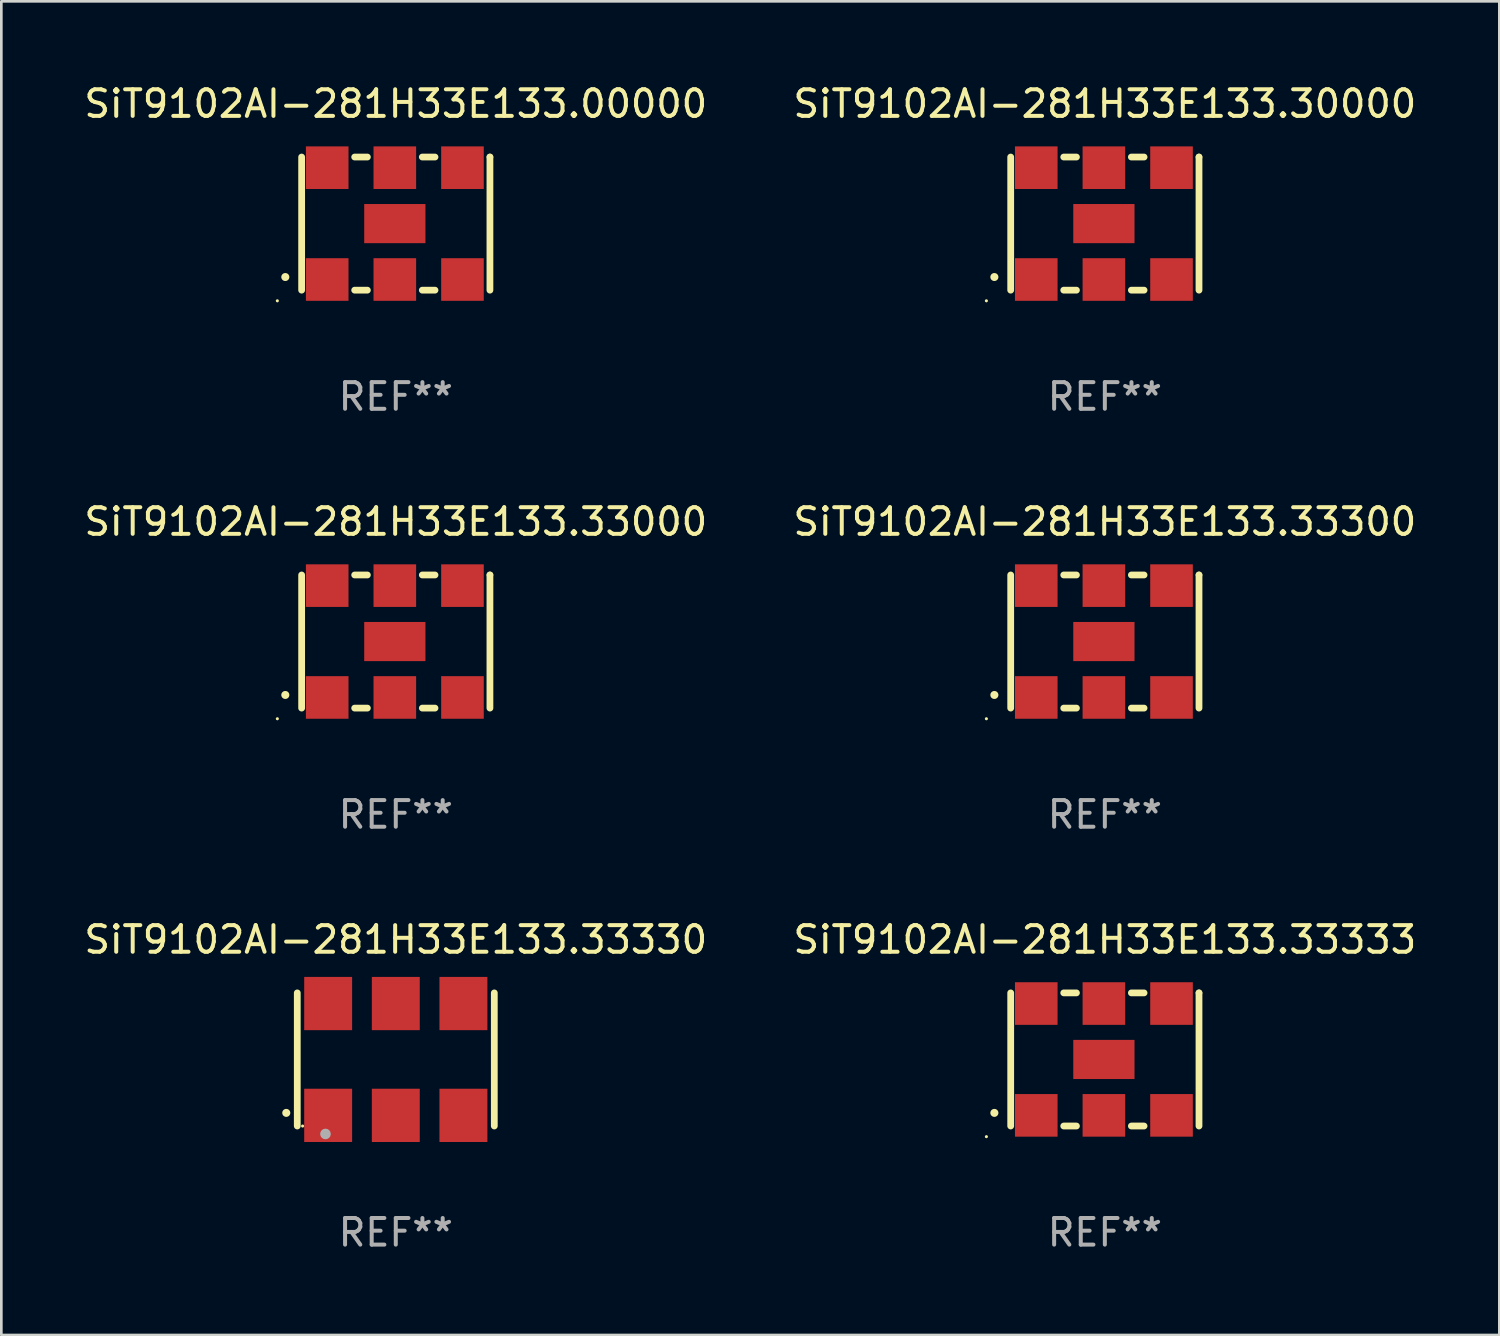
<source format=kicad_pcb>
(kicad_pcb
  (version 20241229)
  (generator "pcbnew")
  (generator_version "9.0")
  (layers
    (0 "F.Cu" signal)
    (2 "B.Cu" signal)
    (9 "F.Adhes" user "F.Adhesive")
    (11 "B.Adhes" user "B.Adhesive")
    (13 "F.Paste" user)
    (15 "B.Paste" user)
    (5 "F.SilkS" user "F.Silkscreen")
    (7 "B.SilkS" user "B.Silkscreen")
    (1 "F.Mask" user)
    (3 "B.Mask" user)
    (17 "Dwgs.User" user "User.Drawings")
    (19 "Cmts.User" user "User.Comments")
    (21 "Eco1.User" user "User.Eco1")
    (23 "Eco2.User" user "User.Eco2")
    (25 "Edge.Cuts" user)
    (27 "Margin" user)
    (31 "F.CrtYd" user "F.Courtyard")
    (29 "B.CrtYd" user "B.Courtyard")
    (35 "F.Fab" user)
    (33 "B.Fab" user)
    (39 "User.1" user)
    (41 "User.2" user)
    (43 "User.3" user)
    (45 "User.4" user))
  (footprint "SiT9102AI-281H33E133.00000"
    (layer "F.Cu")
    (at 11.815 5.348)
    (property "Reference" "SiT9102AI-281H33E133.00000" (at 0 -4.5 0) (layer "F.SilkS") (effects (font (size 1 1) (thickness 0.15))))
    (attr through_hole)
    (fp_line (start -3.536 -2.5) (end -3.536 2.5) (stroke (width 0.254) (type solid)) (layer "F.SilkS"))
    (fp_line (start -1.544 2.5) (end -1.067 2.5) (stroke (width 0.254) (type solid)) (layer "F.SilkS"))
    (fp_line (start -1.067 -2.5) (end -1.544 -2.5) (stroke (width 0.254) (type solid)) (layer "F.SilkS"))
    (fp_line (start 0.996 2.5) (end 1.473 2.5) (stroke (width 0.254) (type solid)) (layer "F.SilkS"))
    (fp_line (start 1.473 -2.5) (end 0.996 -2.5) (stroke (width 0.254) (type solid)) (layer "F.SilkS"))
    (fp_line (start 3.536 -2.5) (end 3.536 -2.5) (stroke (width 0.254) (type solid)) (layer "F.SilkS"))
    (fp_line (start 3.536 2.5) (end 3.536 -2.5) (stroke (width 0.254) (type solid)) (layer "F.SilkS"))
    (fp_arc (start -4.150432 2.006604) (mid -4.149162 2.006599) (end -4.147892 2.006604) (stroke (width 0.3) (type solid)) (layer "F.SilkS"))
    (fp_circle (center -4.449 2.9) (end -4.419 2.9) (stroke (width 0.06) (type solid)) (fill no) (layer "F.SilkS"))
    (fp_text user "REF**" (at 0 6.5 0) (layer "F.Fab") (effects (font (size 1 1) (thickness 0.15))))
    (pad "1" smd rect (at -2.576 2.1) (size 1.6 1.6) (layers "F.Cu" "F.Mask" "F.Paste"))
    (pad "2" smd rect (at -0.036 2.1) (size 1.6 1.6) (layers "F.Cu" "F.Mask" "F.Paste"))
    (pad "3" smd rect (at 2.504 2.1) (size 1.6 1.6) (layers "F.Cu" "F.Mask" "F.Paste"))
    (pad "4" smd rect (at 2.504 -2.1) (size 1.6 1.6) (layers "F.Cu" "F.Mask" "F.Paste"))
    (pad "5" smd rect (at -0.036 -2.1) (size 1.6 1.6) (layers "F.Cu" "F.Mask" "F.Paste"))
    (pad "6" smd rect (at -2.576 -2.1) (size 1.6 1.6) (layers "F.Cu" "F.Mask" "F.Paste"))
    (pad "7" smd rect (at -0.036 0) (size 2.3 1.47) (layers "F.Cu" "F.Mask" "F.Paste")))
  (footprint "SiT9102AI-281H33E133.33330"
    (layer "F.Cu")
    (at 11.815 36.741)
    (property "Reference" "SiT9102AI-281H33E133.33330" (at 0 -4.5 0) (layer "F.SilkS") (effects (font (size 1 1) (thickness 0.15))))
    (attr through_hole)
    (fp_line (start -3.7 -2.5) (end -3.7 2.5) (stroke (width 0.254) (type solid)) (layer "F.SilkS"))
    (fp_line (start 3.7 -2.5) (end 3.7 2.5) (stroke (width 0.254) (type solid)) (layer "F.SilkS"))
    (fp_arc (start -4.114415 2.006604) (mid -4.113145 2.006599) (end -4.111875 2.006604) (stroke (width 0.3) (type solid)) (layer "F.SilkS"))
    (fp_circle (center -3.5 2.501) (end -3.47 2.501) (stroke (width 0.06) (type solid)) (fill no) (layer "F.SilkS"))
    (fp_circle (center -2.641 2.799) (end -2.541 2.799) (stroke (width 0.2) (type solid)) (fill no) (layer "F.Fab"))
    (fp_text user "REF**" (at 0 6.5 0) (layer "F.Fab") (effects (font (size 1 1) (thickness 0.15))))
    (pad "1" smd rect (at -2.54 2.1) (size 1.8 2) (layers "F.Cu" "F.Mask" "F.Paste"))
    (pad "2" smd rect (at 0.000394 2.1) (size 1.8 2) (layers "F.Cu" "F.Mask" "F.Paste"))
    (pad "3" smd rect (at 2.54 2.1) (size 1.8 2) (layers "F.Cu" "F.Mask" "F.Paste"))
    (pad "4" smd rect (at 2.54 -2.1) (size 1.8 2) (layers "F.Cu" "F.Mask" "F.Paste"))
    (pad "5" smd rect (at 0.000394 -2.1) (size 1.8 2) (layers "F.Cu" "F.Mask" "F.Paste"))
    (pad "6" smd rect (at -2.54 -2.1) (size 1.8 2) (layers "F.Cu" "F.Mask" "F.Paste")))
  (footprint "SiT9102AI-281H33E133.33300"
    (layer "F.Cu")
    (at 38.446 21.045)
    (property "Reference" "SiT9102AI-281H33E133.33300" (at 0 -4.5 0) (layer "F.SilkS") (effects (font (size 1 1) (thickness 0.15))))
    (attr through_hole)
    (fp_line (start -3.536 -2.5) (end -3.536 2.5) (stroke (width 0.254) (type solid)) (layer "F.SilkS"))
    (fp_line (start -1.544 2.5) (end -1.067 2.5) (stroke (width 0.254) (type solid)) (layer "F.SilkS"))
    (fp_line (start -1.067 -2.5) (end -1.544 -2.5) (stroke (width 0.254) (type solid)) (layer "F.SilkS"))
    (fp_line (start 0.996 2.5) (end 1.473 2.5) (stroke (width 0.254) (type solid)) (layer "F.SilkS"))
    (fp_line (start 1.473 -2.5) (end 0.996 -2.5) (stroke (width 0.254) (type solid)) (layer "F.SilkS"))
    (fp_line (start 3.536 -2.5) (end 3.536 -2.5) (stroke (width 0.254) (type solid)) (layer "F.SilkS"))
    (fp_line (start 3.536 2.5) (end 3.536 -2.5) (stroke (width 0.254) (type solid)) (layer "F.SilkS"))
    (fp_arc (start -4.150432 2.006604) (mid -4.149162 2.006599) (end -4.147892 2.006604) (stroke (width 0.3) (type solid)) (layer "F.SilkS"))
    (fp_circle (center -4.449 2.9) (end -4.419 2.9) (stroke (width 0.06) (type solid)) (fill no) (layer "F.SilkS"))
    (fp_text user "REF**" (at 0 6.5 0) (layer "F.Fab") (effects (font (size 1 1) (thickness 0.15))))
    (pad "1" smd rect (at -2.576 2.1) (size 1.6 1.6) (layers "F.Cu" "F.Mask" "F.Paste"))
    (pad "2" smd rect (at -0.036 2.1) (size 1.6 1.6) (layers "F.Cu" "F.Mask" "F.Paste"))
    (pad "3" smd rect (at 2.504 2.1) (size 1.6 1.6) (layers "F.Cu" "F.Mask" "F.Paste"))
    (pad "4" smd rect (at 2.504 -2.1) (size 1.6 1.6) (layers "F.Cu" "F.Mask" "F.Paste"))
    (pad "5" smd rect (at -0.036 -2.1) (size 1.6 1.6) (layers "F.Cu" "F.Mask" "F.Paste"))
    (pad "6" smd rect (at -2.576 -2.1) (size 1.6 1.6) (layers "F.Cu" "F.Mask" "F.Paste"))
    (pad "7" smd rect (at -0.036 0) (size 2.3 1.47) (layers "F.Cu" "F.Mask" "F.Paste")))
  (footprint "SiT9102AI-281H33E133.33333"
    (layer "F.Cu")
    (at 38.446 36.741)
    (property "Reference" "SiT9102AI-281H33E133.33333" (at 0 -4.5 0) (layer "F.SilkS") (effects (font (size 1 1) (thickness 0.15))))
    (attr through_hole)
    (fp_line (start -3.536 -2.5) (end -3.536 2.5) (stroke (width 0.254) (type solid)) (layer "F.SilkS"))
    (fp_line (start -1.544 2.5) (end -1.067 2.5) (stroke (width 0.254) (type solid)) (layer "F.SilkS"))
    (fp_line (start -1.067 -2.5) (end -1.544 -2.5) (stroke (width 0.254) (type solid)) (layer "F.SilkS"))
    (fp_line (start 0.996 2.5) (end 1.473 2.5) (stroke (width 0.254) (type solid)) (layer "F.SilkS"))
    (fp_line (start 1.473 -2.5) (end 0.996 -2.5) (stroke (width 0.254) (type solid)) (layer "F.SilkS"))
    (fp_line (start 3.536 -2.5) (end 3.536 -2.5) (stroke (width 0.254) (type solid)) (layer "F.SilkS"))
    (fp_line (start 3.536 2.5) (end 3.536 -2.5) (stroke (width 0.254) (type solid)) (layer "F.SilkS"))
    (fp_arc (start -4.150432 2.006604) (mid -4.149162 2.006599) (end -4.147892 2.006604) (stroke (width 0.3) (type solid)) (layer "F.SilkS"))
    (fp_circle (center -4.449 2.9) (end -4.419 2.9) (stroke (width 0.06) (type solid)) (fill no) (layer "F.SilkS"))
    (fp_text user "REF**" (at 0 6.5 0) (layer "F.Fab") (effects (font (size 1 1) (thickness 0.15))))
    (pad "1" smd rect (at -2.576 2.1) (size 1.6 1.6) (layers "F.Cu" "F.Mask" "F.Paste"))
    (pad "2" smd rect (at -0.036 2.1) (size 1.6 1.6) (layers "F.Cu" "F.Mask" "F.Paste"))
    (pad "3" smd rect (at 2.504 2.1) (size 1.6 1.6) (layers "F.Cu" "F.Mask" "F.Paste"))
    (pad "4" smd rect (at 2.504 -2.1) (size 1.6 1.6) (layers "F.Cu" "F.Mask" "F.Paste"))
    (pad "5" smd rect (at -0.036 -2.1) (size 1.6 1.6) (layers "F.Cu" "F.Mask" "F.Paste"))
    (pad "6" smd rect (at -2.576 -2.1) (size 1.6 1.6) (layers "F.Cu" "F.Mask" "F.Paste"))
    (pad "7" smd rect (at -0.036 0) (size 2.3 1.47) (layers "F.Cu" "F.Mask" "F.Paste")))
  (footprint "SiT9102AI-281H33E133.30000"
    (layer "F.Cu")
    (at 38.446 5.348)
    (property "Reference" "SiT9102AI-281H33E133.30000" (at 0 -4.5 0) (layer "F.SilkS") (effects (font (size 1 1) (thickness 0.15))))
    (attr through_hole)
    (fp_line (start -3.536 -2.5) (end -3.536 2.5) (stroke (width 0.254) (type solid)) (layer "F.SilkS"))
    (fp_line (start -1.544 2.5) (end -1.067 2.5) (stroke (width 0.254) (type solid)) (layer "F.SilkS"))
    (fp_line (start -1.067 -2.5) (end -1.544 -2.5) (stroke (width 0.254) (type solid)) (layer "F.SilkS"))
    (fp_line (start 0.996 2.5) (end 1.473 2.5) (stroke (width 0.254) (type solid)) (layer "F.SilkS"))
    (fp_line (start 1.473 -2.5) (end 0.996 -2.5) (stroke (width 0.254) (type solid)) (layer "F.SilkS"))
    (fp_line (start 3.536 -2.5) (end 3.536 -2.5) (stroke (width 0.254) (type solid)) (layer "F.SilkS"))
    (fp_line (start 3.536 2.5) (end 3.536 -2.5) (stroke (width 0.254) (type solid)) (layer "F.SilkS"))
    (fp_arc (start -4.150432 2.006604) (mid -4.149162 2.006599) (end -4.147892 2.006604) (stroke (width 0.3) (type solid)) (layer "F.SilkS"))
    (fp_circle (center -4.449 2.9) (end -4.419 2.9) (stroke (width 0.06) (type solid)) (fill no) (layer "F.SilkS"))
    (fp_text user "REF**" (at 0 6.5 0) (layer "F.Fab") (effects (font (size 1 1) (thickness 0.15))))
    (pad "1" smd rect (at -2.576 2.1) (size 1.6 1.6) (layers "F.Cu" "F.Mask" "F.Paste"))
    (pad "2" smd rect (at -0.036 2.1) (size 1.6 1.6) (layers "F.Cu" "F.Mask" "F.Paste"))
    (pad "3" smd rect (at 2.504 2.1) (size 1.6 1.6) (layers "F.Cu" "F.Mask" "F.Paste"))
    (pad "4" smd rect (at 2.504 -2.1) (size 1.6 1.6) (layers "F.Cu" "F.Mask" "F.Paste"))
    (pad "5" smd rect (at -0.036 -2.1) (size 1.6 1.6) (layers "F.Cu" "F.Mask" "F.Paste"))
    (pad "6" smd rect (at -2.576 -2.1) (size 1.6 1.6) (layers "F.Cu" "F.Mask" "F.Paste"))
    (pad "7" smd rect (at -0.036 0) (size 2.3 1.47) (layers "F.Cu" "F.Mask" "F.Paste")))
  (footprint "SiT9102AI-281H33E133.33000"
    (layer "F.Cu")
    (at 11.815 21.045)
    (property "Reference" "SiT9102AI-281H33E133.33000" (at 0 -4.5 0) (layer "F.SilkS") (effects (font (size 1 1) (thickness 0.15))))
    (attr through_hole)
    (fp_line (start -3.536 -2.5) (end -3.536 2.5) (stroke (width 0.254) (type solid)) (layer "F.SilkS"))
    (fp_line (start -1.544 2.5) (end -1.067 2.5) (stroke (width 0.254) (type solid)) (layer "F.SilkS"))
    (fp_line (start -1.067 -2.5) (end -1.544 -2.5) (stroke (width 0.254) (type solid)) (layer "F.SilkS"))
    (fp_line (start 0.996 2.5) (end 1.473 2.5) (stroke (width 0.254) (type solid)) (layer "F.SilkS"))
    (fp_line (start 1.473 -2.5) (end 0.996 -2.5) (stroke (width 0.254) (type solid)) (layer "F.SilkS"))
    (fp_line (start 3.536 -2.5) (end 3.536 -2.5) (stroke (width 0.254) (type solid)) (layer "F.SilkS"))
    (fp_line (start 3.536 2.5) (end 3.536 -2.5) (stroke (width 0.254) (type solid)) (layer "F.SilkS"))
    (fp_arc (start -4.150432 2.006604) (mid -4.149162 2.006599) (end -4.147892 2.006604) (stroke (width 0.3) (type solid)) (layer "F.SilkS"))
    (fp_circle (center -4.449 2.9) (end -4.419 2.9) (stroke (width 0.06) (type solid)) (fill no) (layer "F.SilkS"))
    (fp_text user "REF**" (at 0 6.5 0) (layer "F.Fab") (effects (font (size 1 1) (thickness 0.15))))
    (pad "1" smd rect (at -2.576 2.1) (size 1.6 1.6) (layers "F.Cu" "F.Mask" "F.Paste"))
    (pad "2" smd rect (at -0.036 2.1) (size 1.6 1.6) (layers "F.Cu" "F.Mask" "F.Paste"))
    (pad "3" smd rect (at 2.504 2.1) (size 1.6 1.6) (layers "F.Cu" "F.Mask" "F.Paste"))
    (pad "4" smd rect (at 2.504 -2.1) (size 1.6 1.6) (layers "F.Cu" "F.Mask" "F.Paste"))
    (pad "5" smd rect (at -0.036 -2.1) (size 1.6 1.6) (layers "F.Cu" "F.Mask" "F.Paste"))
    (pad "6" smd rect (at -2.576 -2.1) (size 1.6 1.6) (layers "F.Cu" "F.Mask" "F.Paste"))
    (pad "7" smd rect (at -0.036 0) (size 2.3 1.47) (layers "F.Cu" "F.Mask" "F.Paste")))
  (gr_rect
    (start -3 -3)
    (end 53.262 47.09)
    (stroke (width 0.1) (type default))
    (fill no)
    (layer "Edge.Cuts")))
</source>
